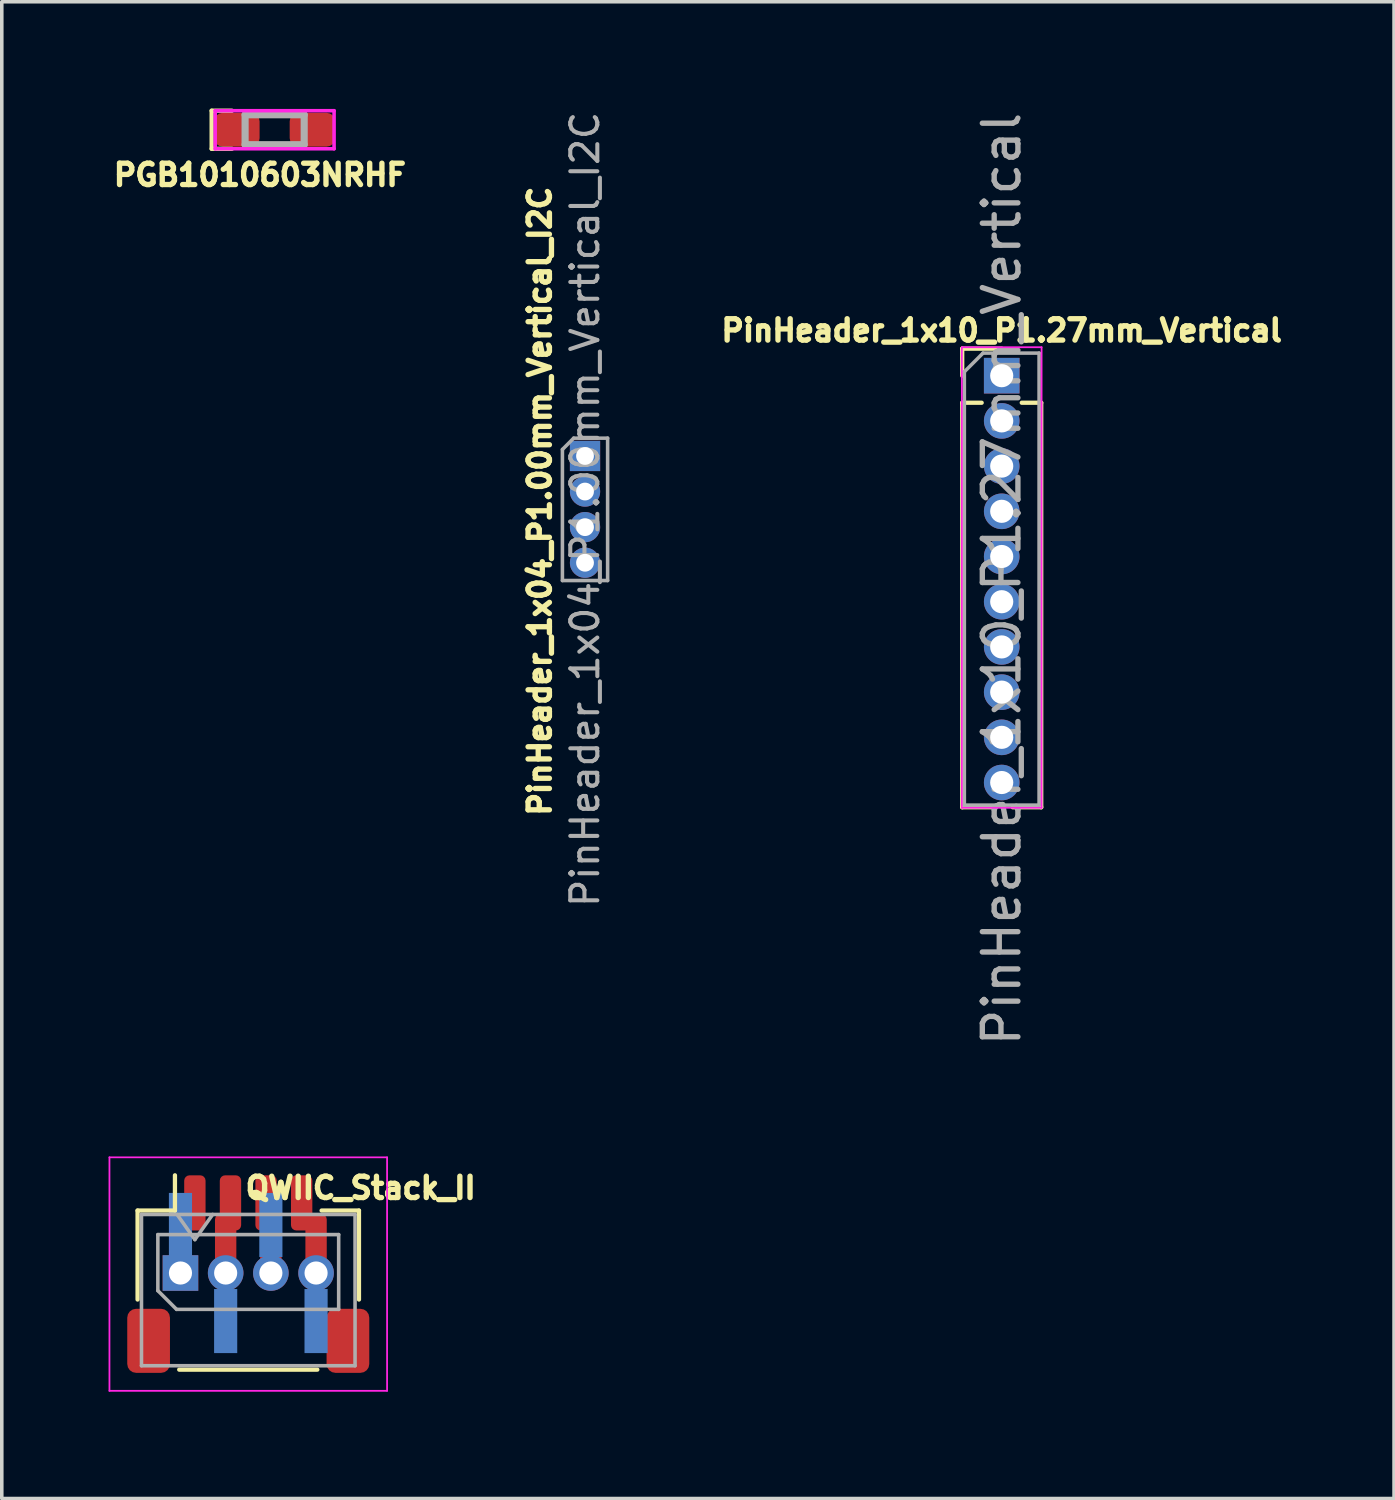
<source format=kicad_pcb>
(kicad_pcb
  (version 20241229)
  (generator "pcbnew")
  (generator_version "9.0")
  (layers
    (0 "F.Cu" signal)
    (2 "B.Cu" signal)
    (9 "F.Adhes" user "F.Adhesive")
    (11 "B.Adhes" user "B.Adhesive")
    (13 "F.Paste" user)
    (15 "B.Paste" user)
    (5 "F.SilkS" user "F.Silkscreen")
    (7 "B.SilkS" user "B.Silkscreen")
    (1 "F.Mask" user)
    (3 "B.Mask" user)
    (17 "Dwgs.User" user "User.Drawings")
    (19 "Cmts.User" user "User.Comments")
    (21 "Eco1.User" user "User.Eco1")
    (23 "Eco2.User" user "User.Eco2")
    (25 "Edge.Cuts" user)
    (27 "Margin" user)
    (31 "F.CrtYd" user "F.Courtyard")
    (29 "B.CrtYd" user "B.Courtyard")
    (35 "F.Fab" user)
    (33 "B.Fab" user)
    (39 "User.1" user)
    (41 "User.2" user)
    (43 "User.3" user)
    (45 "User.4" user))
  (footprint "PGB1010603NRHF"
    (layer "F.Cu")
    (at 4.666 0.595)
    (property "Reference" "PGB1010603NRHF" (at -0.415 1.27 0) (layer "F.SilkS") (effects (font (size 0.6 0.6) (thickness 0.15))))
    (attr smd)
    (fp_line (start -1.77 -0.535) (end -1.77 0.535) (stroke (width 0.12) (type solid)) (layer "F.SilkS"))
    (fp_line (start -1.77 0.535) (end -1.2 0.535) (stroke (width 0.12) (type solid)) (layer "F.SilkS"))
    (fp_line (start -1.2 -0.535) (end -1.77 -0.535) (stroke (width 0.12) (type solid)) (layer "F.SilkS"))
    (fp_line (start -1.67 -0.535) (end 1.67 -0.535) (stroke (width 0.1) (type solid)) (layer "F.CrtYd"))
    (fp_line (start -1.67 0.535) (end -1.67 -0.535) (stroke (width 0.1) (type solid)) (layer "F.CrtYd"))
    (fp_line (start 1.67 -0.535) (end 1.67 0.535) (stroke (width 0.1) (type solid)) (layer "F.CrtYd"))
    (fp_line (start 1.67 0.535) (end -1.67 0.535) (stroke (width 0.1) (type solid)) (layer "F.CrtYd"))
    (fp_line (start -0.83 -0.42) (end -0.83 0.42) (stroke (width 0.2) (type solid)) (layer "F.Fab"))
    (fp_line (start -0.83 0.42) (end 0.83 0.42) (stroke (width 0.2) (type solid)) (layer "F.Fab"))
    (fp_line (start 0.83 -0.42) (end -0.83 -0.42) (stroke (width 0.2) (type solid)) (layer "F.Fab"))
    (fp_line (start 0.83 0.42) (end 0.83 -0.42) (stroke (width 0.2) (type solid)) (layer "F.Fab"))
    (pad "1" smd roundrect (at -1.06 0) (size 1.275 0.95) (layers "F.Cu" "F.Mask" "F.Paste") (roundrect_rratio 0.25))
    (pad "2" smd roundrect (at 1.06 0) (size 1.275 0.95) (layers "F.Cu" "F.Mask" "F.Paste") (roundrect_rratio 0.25)))
  (footprint "QWIIC_Stack_II"
    (layer "F.Cu")
    (at 3.925 32.715)
    (property "Reference" "QWIIC_Stack_II" (at 3.159 -2.39 180) (layer "F.SilkS") (effects (font (size 0.6 0.6) (thickness 0.15))))
    (attr smd)
    (fp_line (start -3.11 -1.755) (end -2.06 -1.755) (stroke (width 0.12) (type solid)) (layer "F.SilkS"))
    (fp_line (start -3.11 0.745) (end -3.11 -1.755) (stroke (width 0.12) (type solid)) (layer "F.SilkS"))
    (fp_line (start -2.06 -1.755) (end -2.06 -2.745) (stroke (width 0.12) (type solid)) (layer "F.SilkS"))
    (fp_line (start -1.94 2.715) (end 1.94 2.715) (stroke (width 0.12) (type solid)) (layer "F.SilkS"))
    (fp_line (start 3.11 -1.755) (end 2.06 -1.755) (stroke (width 0.12) (type solid)) (layer "F.SilkS"))
    (fp_line (start 3.11 0.745) (end 3.11 -1.755) (stroke (width 0.12) (type solid)) (layer "F.SilkS"))
    (fp_line (start -3.9 -3.25) (end -3.9 3.31) (stroke (width 0.05) (type solid)) (layer "F.CrtYd"))
    (fp_line (start -3.9 3.31) (end 3.9 3.31) (stroke (width 0.05) (type solid)) (layer "F.CrtYd"))
    (fp_line (start 3.9 -3.25) (end -3.9 -3.25) (stroke (width 0.05) (type solid)) (layer "F.CrtYd"))
    (fp_line (start 3.9 3.31) (end 3.9 -3.25) (stroke (width 0.05) (type solid)) (layer "F.CrtYd"))
    (fp_line (start -3 -1.645) (end -3 2.605) (stroke (width 0.1) (type solid)) (layer "F.Fab"))
    (fp_line (start -3 -1.645) (end 3 -1.645) (stroke (width 0.1) (type solid)) (layer "F.Fab"))
    (fp_line (start -3 2.605) (end 3 2.605) (stroke (width 0.1) (type solid)) (layer "F.Fab"))
    (fp_line (start -2.54 -1.079) (end 2.54 -1.079) (stroke (width 0.1) (type solid)) (layer "F.Fab"))
    (fp_line (start -2.54 0.496) (end -2.54 -1.079) (stroke (width 0.1) (type solid)) (layer "F.Fab"))
    (fp_line (start -2.015 1.021) (end -2.54 0.496) (stroke (width 0.1) (type solid)) (layer "F.Fab"))
    (fp_line (start -2 -1.645) (end -1.5 -0.938) (stroke (width 0.1) (type solid)) (layer "F.Fab"))
    (fp_line (start -1.5 -0.938) (end -1 -1.645) (stroke (width 0.1) (type solid)) (layer "F.Fab"))
    (fp_line (start 2.54 -1.079) (end 2.54 1.021) (stroke (width 0.1) (type solid)) (layer "F.Fab"))
    (fp_line (start 2.54 1.021) (end -2.015 1.021) (stroke (width 0.1) (type solid)) (layer "F.Fab"))
    (fp_line (start 3 -1.645) (end 3 2.605) (stroke (width 0.1) (type solid)) (layer "F.Fab"))
    (pad "1" smd rect (at -1.905 -1.35 90) (size 1.8 0.65) (layers "B.Cu" "B.Mask" "B.Paste"))
    (pad "1" smd roundrect (at -1.905 -0.878) (size 0.6 1.55) (layers "F.Cu" "F.Mask" "F.Paste") (roundrect_rratio 0.25))
    (pad "1" thru_hole rect (at -1.905 0 90) (size 1 1) (drill 0.65) (layers "*.Cu" "*.Mask"))
    (pad "1" smd roundrect (at -1.5 -1.97) (size 0.6 1.55) (layers "F.Cu" "F.Mask" "F.Paste") (roundrect_rratio 0.25))
    (pad "2" smd roundrect (at -0.635 -0.878) (size 0.6 1.55) (layers "F.Cu" "F.Mask" "F.Paste") (roundrect_rratio 0.25))
    (pad "2" thru_hole oval (at -0.635 0 90) (size 1 1) (drill 0.65) (layers "*.Cu" "*.Mask"))
    (pad "2" smd rect (at -0.635 1.35 90) (size 1.8 0.65) (layers "B.Cu" "B.Mask" "B.Paste"))
    (pad "2" smd roundrect (at -0.5 -1.97) (size 0.6 1.55) (layers "F.Cu" "F.Mask" "F.Paste") (roundrect_rratio 0.25))
    (pad "3" smd roundrect (at 0.5 -1.97) (size 0.6 1.55) (layers "F.Cu" "F.Mask" "F.Paste") (roundrect_rratio 0.25))
    (pad "3" smd rect (at 0.635 -1.35 90) (size 1.8 0.65) (layers "B.Cu" "B.Mask" "B.Paste"))
    (pad "3" smd roundrect (at 0.635 -0.878) (size 0.6 1.55) (layers "F.Cu" "F.Mask" "F.Paste") (roundrect_rratio 0.25))
    (pad "3" thru_hole oval (at 0.635 0 90) (size 1 1) (drill 0.65) (layers "*.Cu" "*.Mask"))
    (pad "4" smd roundrect (at 1.5 -1.97) (size 0.6 1.55) (layers "F.Cu" "F.Mask" "F.Paste") (roundrect_rratio 0.25))
    (pad "4" smd roundrect (at 1.905 -0.878) (size 0.6 1.55) (layers "F.Cu" "F.Mask" "F.Paste") (roundrect_rratio 0.25))
    (pad "4" thru_hole oval (at 1.905 0 90) (size 1 1) (drill 0.65) (layers "*.Cu" "*.Mask"))
    (pad "4" smd rect (at 1.905 1.35 90) (size 1.8 0.65) (layers "B.Cu" "B.Mask" "B.Paste"))
    (pad "MP" smd roundrect (at -2.8 1.905) (size 1.2 1.8) (layers "F.Cu" "F.Mask" "F.Paste") (roundrect_rratio 0.208))
    (pad "MP" smd roundrect (at 2.8 1.905) (size 1.2 1.8) (layers "F.Cu" "F.Mask" "F.Paste") (roundrect_rratio 0.208)))
  (footprint "PinHeader_1x04_P1.00mm_Vertical_I2C"
    (layer "F.Cu")
    (at 13.386 9.76)
    (property "Reference" "PinHeader_1x04_P1.00mm_Vertical_I2C" (at -1.27 1.27 90) (layer "F.SilkS") (effects (font (size 0.6 0.6) (thickness 0.15))))
    (attr through_hole)
    (fp_line (start -0.635 -0.182) (end -0.318 -0.5) (stroke (width 0.1) (type solid)) (layer "F.Fab"))
    (fp_line (start -0.635 3.5) (end -0.635 -0.182) (stroke (width 0.1) (type solid)) (layer "F.Fab"))
    (fp_line (start -0.318 -0.5) (end 0.635 -0.5) (stroke (width 0.1) (type solid)) (layer "F.Fab"))
    (fp_line (start 0.635 -0.5) (end 0.635 3.5) (stroke (width 0.1) (type solid)) (layer "F.Fab"))
    (fp_line (start 0.635 3.5) (end -0.635 3.5) (stroke (width 0.1) (type solid)) (layer "F.Fab"))
    (fp_text user "${REFERENCE}" (at 0 1.5 90) (layer "F.Fab") (effects (font (size 0.76 0.76) (thickness 0.114))))
    (pad "1" thru_hole rect (at 0 0) (size 0.85 0.85) (drill 0.5) (layers "*.Cu" "*.Mask"))
    (pad "2" thru_hole oval (at 0 1) (size 0.85 0.85) (drill 0.5) (layers "*.Cu" "*.Mask"))
    (pad "3" thru_hole oval (at 0 2) (size 0.85 0.85) (drill 0.5) (layers "*.Cu" "*.Mask"))
    (pad "4" thru_hole oval (at 0 3) (size 0.85 0.85) (drill 0.5) (layers "*.Cu" "*.Mask")))
  (footprint "PinHeader_1x10_P1.27mm_Vertical"
    (layer "F.Cu")
    (at 25.093 7.505)
    (property "Reference" "PinHeader_1x10_P1.27mm_Vertical" (at 0 -1.27 0) (layer "F.SilkS") (effects (font (size 0.6 0.6) (thickness 0.15))))
    (attr through_hole)
    (fp_line (start -1.11 -0.76) (end 0 -0.76) (stroke (width 0.12) (type solid)) (layer "F.SilkS"))
    (fp_line (start -1.11 0) (end -1.11 -0.76) (stroke (width 0.12) (type solid)) (layer "F.SilkS"))
    (fp_line (start -1.11 0.76) (end -1.11 12.125) (stroke (width 0.12) (type solid)) (layer "F.SilkS"))
    (fp_line (start -1.11 0.76) (end -0.563 0.76) (stroke (width 0.12) (type solid)) (layer "F.SilkS"))
    (fp_line (start -1.11 12.125) (end -0.308 12.125) (stroke (width 0.12) (type solid)) (layer "F.SilkS"))
    (fp_line (start 0.308 12.125) (end 1.11 12.125) (stroke (width 0.12) (type solid)) (layer "F.SilkS"))
    (fp_line (start 0.563 0.76) (end 1.11 0.76) (stroke (width 0.12) (type solid)) (layer "F.SilkS"))
    (fp_line (start 1.11 0.76) (end 1.11 12.125) (stroke (width 0.12) (type solid)) (layer "F.SilkS"))
    (fp_line (start -1.12 -0.8) (end -1.12 12.14) (stroke (width 0.05) (type solid)) (layer "F.CrtYd"))
    (fp_line (start -1.12 12.14) (end 1.12 12.14) (stroke (width 0.05) (type solid)) (layer "F.CrtYd"))
    (fp_line (start 1.12 -0.8) (end -1.12 -0.8) (stroke (width 0.05) (type solid)) (layer "F.CrtYd"))
    (fp_line (start 1.12 12.14) (end 1.12 -0.8) (stroke (width 0.05) (type solid)) (layer "F.CrtYd"))
    (fp_line (start -1.05 -0.11) (end -0.525 -0.635) (stroke (width 0.1) (type solid)) (layer "F.Fab"))
    (fp_line (start -1.05 12.065) (end -1.05 -0.11) (stroke (width 0.1) (type solid)) (layer "F.Fab"))
    (fp_line (start -0.525 -0.635) (end 1.05 -0.635) (stroke (width 0.1) (type solid)) (layer "F.Fab"))
    (fp_line (start 1.05 -0.635) (end 1.05 12.065) (stroke (width 0.1) (type solid)) (layer "F.Fab"))
    (fp_line (start 1.05 12.065) (end -1.05 12.065) (stroke (width 0.1) (type solid)) (layer "F.Fab"))
    (fp_text user "${REFERENCE}" (at 0 5.715 90) (layer "F.Fab") (effects (font (size 1 1) (thickness 0.15))))
    (pad "1" thru_hole rect (at 0 0) (size 1 1) (drill 0.65) (layers "*.Cu" "*.Mask"))
    (pad "2" thru_hole oval (at 0 1.27) (size 1 1) (drill 0.65) (layers "*.Cu" "*.Mask"))
    (pad "3" thru_hole oval (at 0 2.54) (size 1 1) (drill 0.65) (layers "*.Cu" "*.Mask"))
    (pad "4" thru_hole oval (at 0 3.81) (size 1 1) (drill 0.65) (layers "*.Cu" "*.Mask"))
    (pad "5" thru_hole oval (at 0 5.08) (size 1 1) (drill 0.65) (layers "*.Cu" "*.Mask"))
    (pad "6" thru_hole oval (at 0 6.35) (size 1 1) (drill 0.65) (layers "*.Cu" "*.Mask"))
    (pad "7" thru_hole oval (at 0 7.62) (size 1 1) (drill 0.65) (layers "*.Cu" "*.Mask"))
    (pad "8" thru_hole oval (at 0 8.89) (size 1 1) (drill 0.65) (layers "*.Cu" "*.Mask"))
    (pad "9" thru_hole oval (at 0 10.16) (size 1 1) (drill 0.65) (layers "*.Cu" "*.Mask"))
    (pad "10" thru_hole oval (at 0 11.43) (size 1 1) (drill 0.65) (layers "*.Cu" "*.Mask")))
  (gr_rect
    (start -3 -3)
    (end 36.115 39.05)
    (stroke (width 0.1) (type default))
    (fill no)
    (layer "Edge.Cuts")))
</source>
